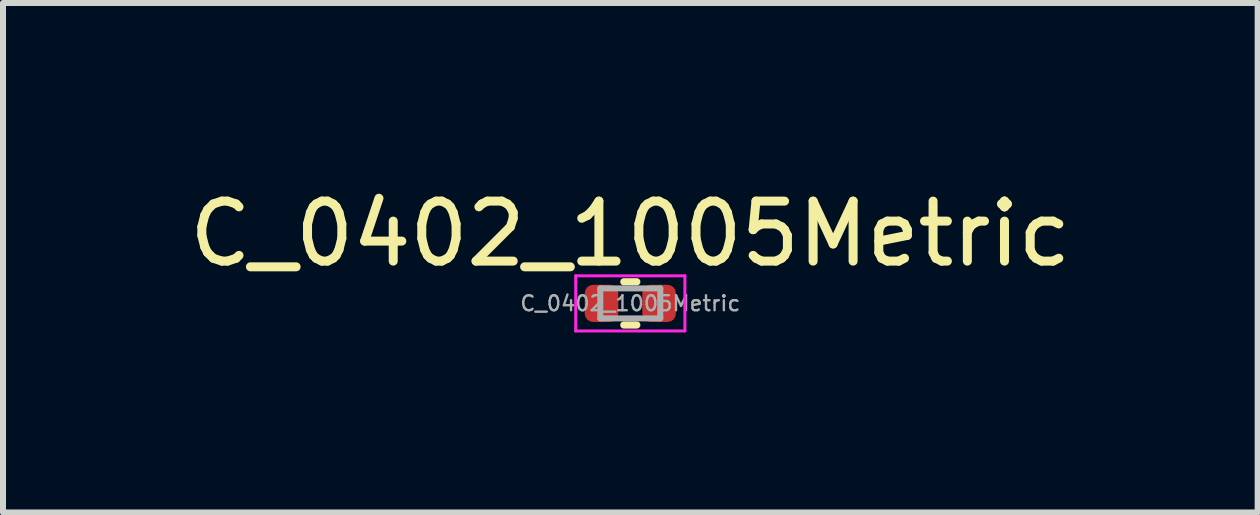
<source format=kicad_pcb>
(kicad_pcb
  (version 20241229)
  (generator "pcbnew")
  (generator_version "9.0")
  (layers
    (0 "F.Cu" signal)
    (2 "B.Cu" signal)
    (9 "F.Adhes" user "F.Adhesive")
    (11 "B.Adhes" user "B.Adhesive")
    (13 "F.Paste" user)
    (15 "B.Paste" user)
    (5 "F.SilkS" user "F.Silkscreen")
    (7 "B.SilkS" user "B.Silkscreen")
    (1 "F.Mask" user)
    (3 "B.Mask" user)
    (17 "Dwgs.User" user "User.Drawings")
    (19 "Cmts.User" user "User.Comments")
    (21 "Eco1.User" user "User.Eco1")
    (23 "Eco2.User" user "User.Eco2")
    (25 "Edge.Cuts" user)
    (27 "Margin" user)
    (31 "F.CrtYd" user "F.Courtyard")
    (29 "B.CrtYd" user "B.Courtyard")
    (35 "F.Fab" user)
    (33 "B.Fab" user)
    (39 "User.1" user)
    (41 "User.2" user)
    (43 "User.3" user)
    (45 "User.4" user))
  (footprint "C_0402_1005Metric"
    (layer "F.Cu")
    (at 7.458 2.008)
    (property "Reference" "C_0402_1005Metric" (at 0 -1.16 0) (layer "F.SilkS") (effects (font (size 1 1) (thickness 0.15))))
    (attr smd)
    (fp_line (start -0.108 -0.36) (end 0.108 -0.36) (stroke (width 0.12) (type solid)) (layer "F.SilkS"))
    (fp_line (start -0.108 0.36) (end 0.108 0.36) (stroke (width 0.12) (type solid)) (layer "F.SilkS"))
    (fp_line (start -0.91 -0.46) (end 0.91 -0.46) (stroke (width 0.05) (type solid)) (layer "F.CrtYd"))
    (fp_line (start -0.91 0.46) (end -0.91 -0.46) (stroke (width 0.05) (type solid)) (layer "F.CrtYd"))
    (fp_line (start 0.91 -0.46) (end 0.91 0.46) (stroke (width 0.05) (type solid)) (layer "F.CrtYd"))
    (fp_line (start 0.91 0.46) (end -0.91 0.46) (stroke (width 0.05) (type solid)) (layer "F.CrtYd"))
    (fp_line (start -0.5 -0.25) (end 0.5 -0.25) (stroke (width 0.1) (type solid)) (layer "F.Fab"))
    (fp_line (start -0.5 0.25) (end -0.5 -0.25) (stroke (width 0.1) (type solid)) (layer "F.Fab"))
    (fp_line (start 0.5 -0.25) (end 0.5 0.25) (stroke (width 0.1) (type solid)) (layer "F.Fab"))
    (fp_line (start 0.5 0.25) (end -0.5 0.25) (stroke (width 0.1) (type solid)) (layer "F.Fab"))
    (fp_text user "${REFERENCE}" (at 0 0 0) (layer "F.Fab") (effects (font (size 0.25 0.25) (thickness 0.04))))
    (pad "1" smd roundrect (at -0.48 0) (size 0.56 0.62) (layers "F.Cu" "F.Mask" "F.Paste") (roundrect_rratio 0.25))
    (pad "2" smd roundrect (at 0.48 0) (size 0.56 0.62) (layers "F.Cu" "F.Mask" "F.Paste") (roundrect_rratio 0.25)))
  (gr_rect
    (start -3 -3)
    (end 17.917 5.493)
    (stroke (width 0.1) (type default))
    (fill no)
    (layer "Edge.Cuts")))
</source>
